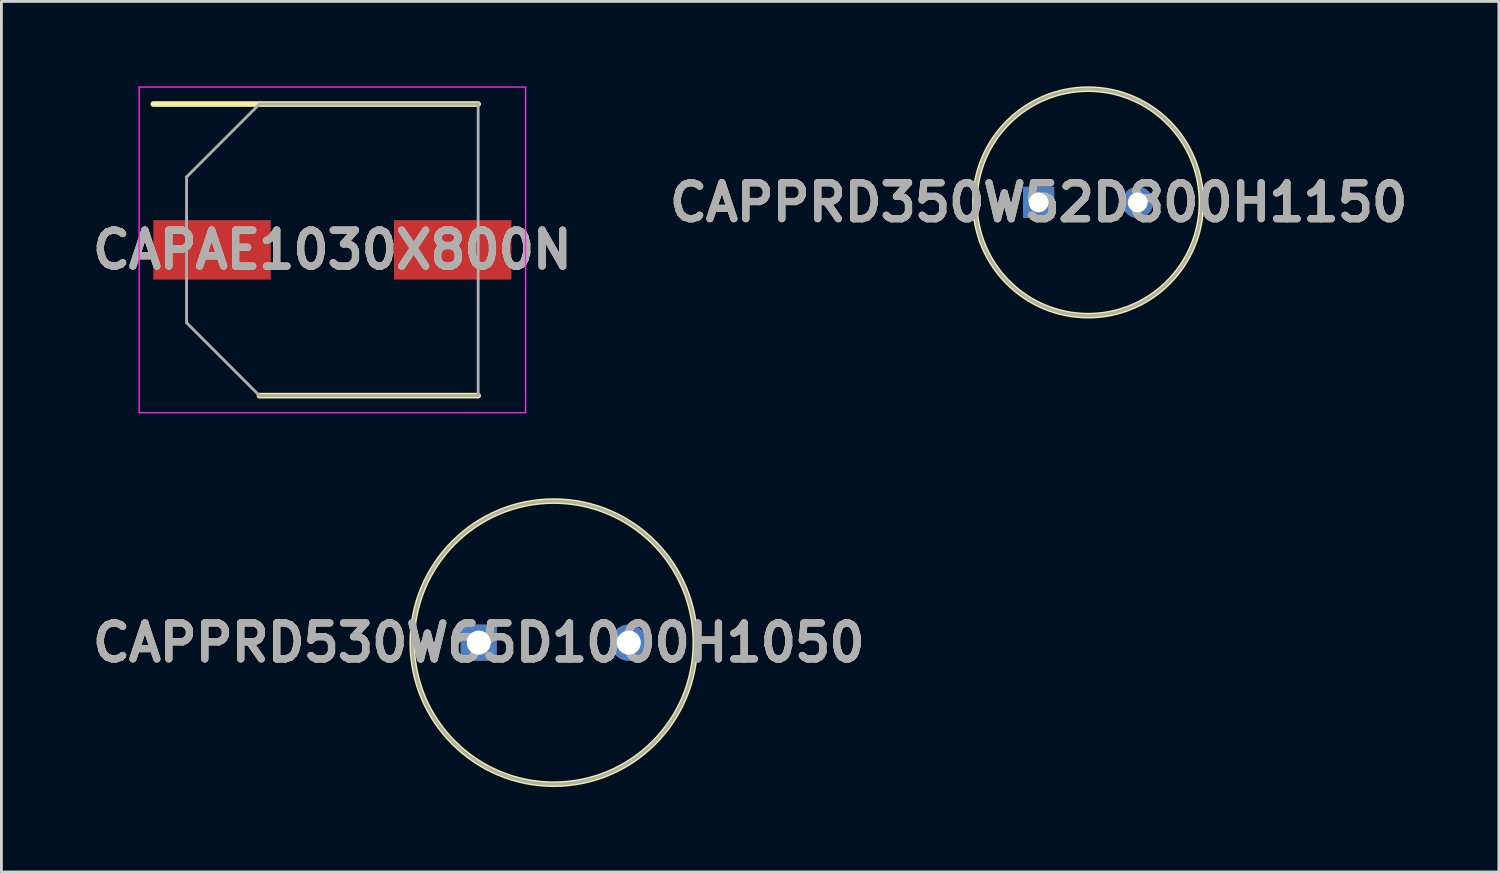
<source format=kicad_pcb>
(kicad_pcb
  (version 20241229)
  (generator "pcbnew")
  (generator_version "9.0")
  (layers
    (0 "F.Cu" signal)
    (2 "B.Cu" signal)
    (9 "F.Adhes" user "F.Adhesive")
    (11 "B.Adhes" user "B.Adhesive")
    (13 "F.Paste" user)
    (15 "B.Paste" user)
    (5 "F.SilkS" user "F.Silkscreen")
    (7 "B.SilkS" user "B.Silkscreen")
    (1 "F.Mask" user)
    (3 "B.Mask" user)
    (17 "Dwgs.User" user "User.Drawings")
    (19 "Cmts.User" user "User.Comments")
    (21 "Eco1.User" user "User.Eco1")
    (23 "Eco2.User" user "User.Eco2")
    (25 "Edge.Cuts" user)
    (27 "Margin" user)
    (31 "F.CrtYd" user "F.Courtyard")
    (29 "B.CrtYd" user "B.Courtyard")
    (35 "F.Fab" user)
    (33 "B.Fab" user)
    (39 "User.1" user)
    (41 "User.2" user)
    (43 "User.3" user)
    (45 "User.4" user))
  (footprint "CAPPRD530W65D1000H1050"
    (layer "F.Cu")
    (at 13.861 19.65)
    (property "Reference" "CAPPRD530W65D1000H1050" (at 0 0 0) (layer "F.SilkS") (effects (font (size 1.27 1.27) (thickness 0.254))))
    (attr through_hole)
    (fp_circle (center 2.65 0) (end 2.65 5) (stroke (width 0.2) (type solid)) (fill no) (layer "F.SilkS"))
    (fp_circle (center 2.65 0) (end 2.65 5) (stroke (width 0.1) (type solid)) (fill no) (layer "F.Fab"))
    (fp_text user "${REFERENCE}" (at 0 0 0) (layer "F.Fab") (effects (font (size 1.27 1.27) (thickness 0.254))))
    (pad "1" thru_hole rect (at 0 0) (size 1.275 1.275) (drill 0.85) (layers "*.Cu" "*.Mask"))
    (pad "2" thru_hole circle (at 5.3 0) (size 1.275 1.275) (drill 0.85) (layers "*.Cu" "*.Mask")))
  (footprint "CAPPRD350W52D800H1150"
    (layer "F.Cu")
    (at 33.637 4.1)
    (property "Reference" "CAPPRD350W52D800H1150" (at 0 0 0) (layer "F.SilkS") (effects (font (size 1.27 1.27) (thickness 0.254))))
    (attr through_hole)
    (fp_circle (center 1.75 0) (end 1.75 4) (stroke (width 0.2) (type solid)) (fill no) (layer "F.SilkS"))
    (fp_circle (center 1.75 0) (end 1.75 4) (stroke (width 0.1) (type solid)) (fill no) (layer "F.Fab"))
    (fp_text user "${REFERENCE}" (at 0 0 0) (layer "F.Fab") (effects (font (size 1.27 1.27) (thickness 0.254))))
    (pad "1" thru_hole rect (at 0 0) (size 1.1 1.1) (drill 0.7) (layers "*.Cu" "*.Mask"))
    (pad "2" thru_hole circle (at 3.5 0) (size 1.1 1.1) (drill 0.7) (layers "*.Cu" "*.Mask")))
  (footprint "CAPAE1030X800N"
    (layer "F.Cu")
    (at 8.69 5.775)
    (property "Reference" "CAPAE1030X800N" (at 0 0 0) (layer "F.SilkS") (effects (font (size 1.27 1.27) (thickness 0.254))))
    (attr smd)
    (fp_line (start -6.325 -5.15) (end 5.15 -5.15) (stroke (width 0.2) (type solid)) (layer "F.SilkS"))
    (fp_line (start -2.575 5.15) (end 5.15 5.15) (stroke (width 0.2) (type solid)) (layer "F.SilkS"))
    (fp_line (start -6.825 -5.75) (end 6.825 -5.75) (stroke (width 0.05) (type solid)) (layer "F.CrtYd"))
    (fp_line (start -6.825 5.75) (end -6.825 -5.75) (stroke (width 0.05) (type solid)) (layer "F.CrtYd"))
    (fp_line (start 6.825 -5.75) (end 6.825 5.75) (stroke (width 0.05) (type solid)) (layer "F.CrtYd"))
    (fp_line (start 6.825 5.75) (end -6.825 5.75) (stroke (width 0.05) (type solid)) (layer "F.CrtYd"))
    (fp_line (start -5.15 -2.575) (end -5.15 2.575) (stroke (width 0.1) (type solid)) (layer "F.Fab"))
    (fp_line (start -5.15 2.575) (end -2.575 5.15) (stroke (width 0.1) (type solid)) (layer "F.Fab"))
    (fp_line (start -2.575 -5.15) (end -5.15 -2.575) (stroke (width 0.1) (type solid)) (layer "F.Fab"))
    (fp_line (start -2.575 5.15) (end 5.15 5.15) (stroke (width 0.1) (type solid)) (layer "F.Fab"))
    (fp_line (start 5.15 -5.15) (end -2.575 -5.15) (stroke (width 0.1) (type solid)) (layer "F.Fab"))
    (fp_line (start 5.15 5.15) (end 5.15 -5.15) (stroke (width 0.1) (type solid)) (layer "F.Fab"))
    (fp_text user "${REFERENCE}" (at 0 0 0) (layer "F.Fab") (effects (font (size 1.27 1.27) (thickness 0.254))))
    (pad "1" smd rect (at -4.25 0 90) (size 2.1 4.15) (layers "F.Cu" "F.Mask" "F.Paste"))
    (pad "2" smd rect (at 4.25 0 90) (size 2.1 4.15) (layers "F.Cu" "F.Mask" "F.Paste")))
  (gr_rect
    (start -3 -3)
    (end 49.894 27.75)
    (stroke (width 0.1) (type default))
    (fill no)
    (layer "Edge.Cuts")))
</source>
